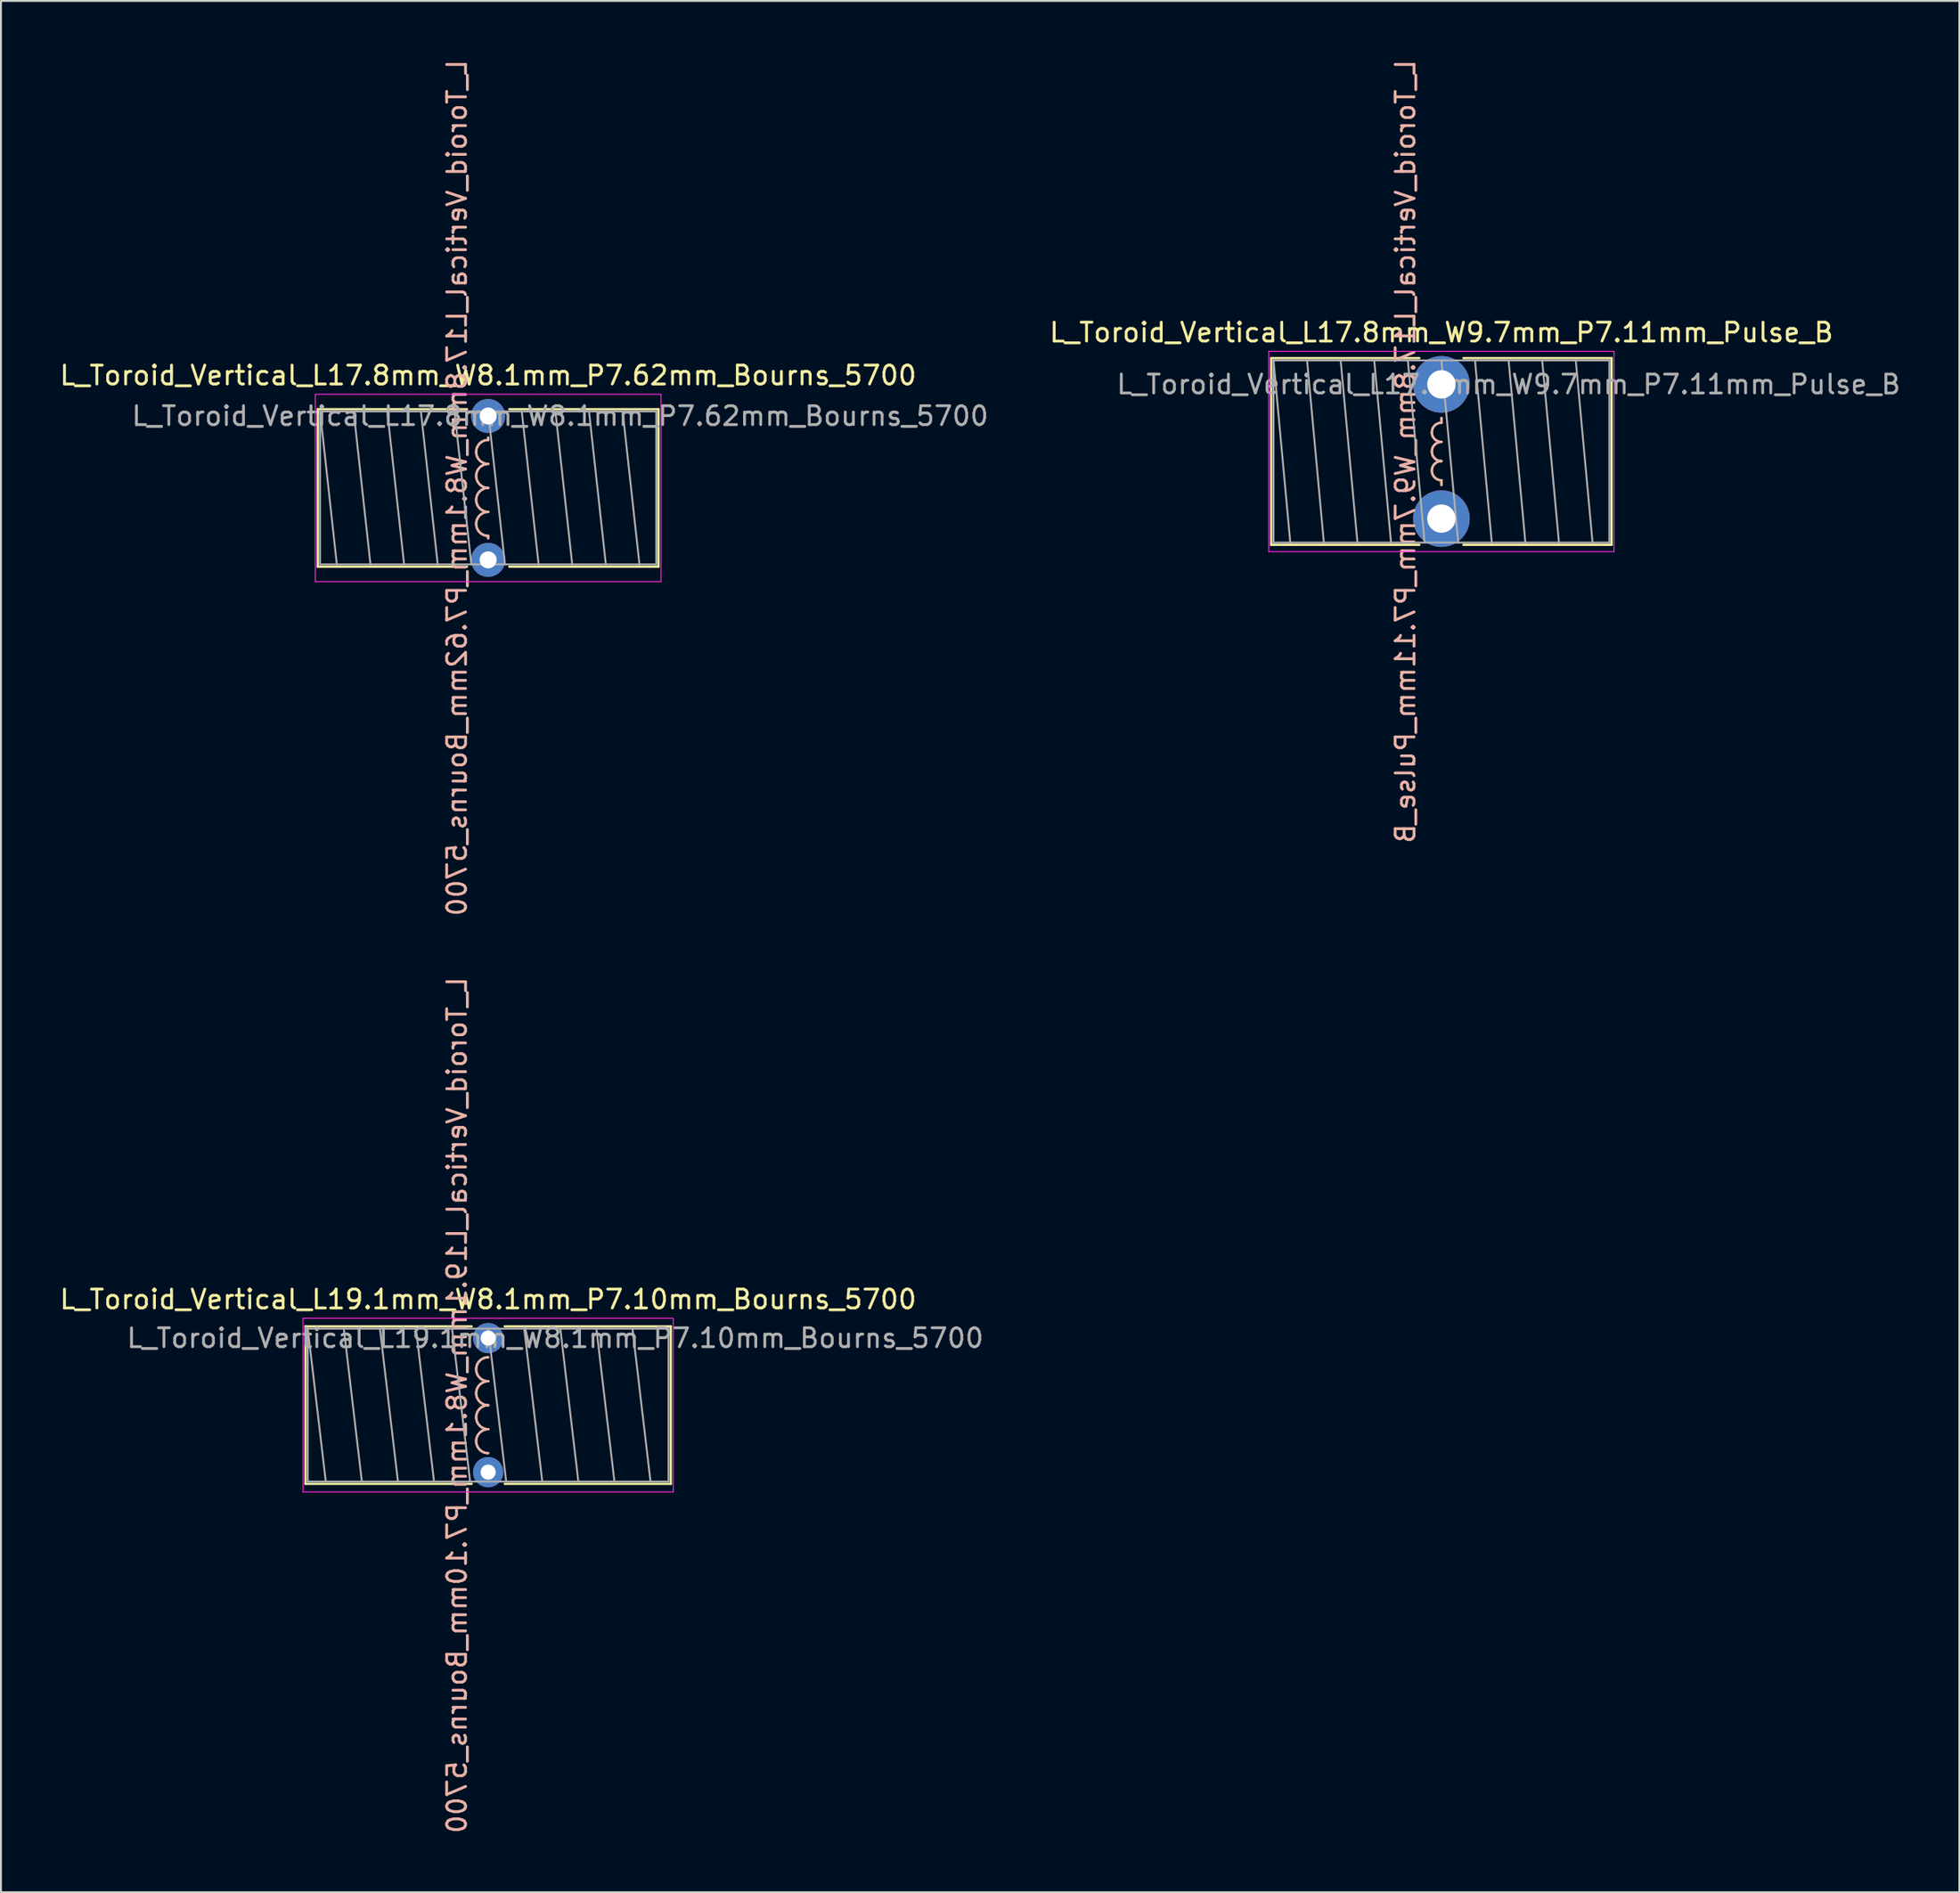
<source format=kicad_pcb>
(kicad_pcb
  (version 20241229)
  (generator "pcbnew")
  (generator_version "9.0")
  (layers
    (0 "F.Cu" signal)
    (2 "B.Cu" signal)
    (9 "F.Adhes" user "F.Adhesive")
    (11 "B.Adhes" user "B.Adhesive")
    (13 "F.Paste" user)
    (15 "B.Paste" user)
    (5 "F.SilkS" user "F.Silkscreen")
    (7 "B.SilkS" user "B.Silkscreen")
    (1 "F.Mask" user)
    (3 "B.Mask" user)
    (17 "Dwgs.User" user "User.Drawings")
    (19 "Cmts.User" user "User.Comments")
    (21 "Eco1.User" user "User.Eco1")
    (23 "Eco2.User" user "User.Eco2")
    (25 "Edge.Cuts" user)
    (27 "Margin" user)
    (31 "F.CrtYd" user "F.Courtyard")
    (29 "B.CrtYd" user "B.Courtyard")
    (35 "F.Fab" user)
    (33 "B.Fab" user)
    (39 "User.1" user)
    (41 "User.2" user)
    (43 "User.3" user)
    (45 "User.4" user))
  (footprint "L_Toroid_Vertical_L19.1mm_W8.1mm_P7.10mm_Bourns_5700"
    (layer "F.Cu")
    (at 22.792 67.819)
    (property "Reference" "L_Toroid_Vertical_L19.1mm_W8.1mm_P7.10mm_Bourns_5700" (at 0 -2.05 0) (layer "F.SilkS") (effects (font (size 1 1) (thickness 0.15))))
    (fp_line (start -9.67 -0.62) (end -9.67 7.72) (stroke (width 0.12) (type solid)) (layer "F.SilkS"))
    (fp_line (start -9.67 -0.62) (end -0.875 -0.62) (stroke (width 0.12) (type solid)) (layer "F.SilkS"))
    (fp_line (start -9.67 7.72) (end -0.875 7.72) (stroke (width 0.12) (type solid)) (layer "F.SilkS"))
    (fp_line (start 0.875 -0.62) (end 9.67 -0.62) (stroke (width 0.12) (type solid)) (layer "F.SilkS"))
    (fp_line (start 0.875 7.72) (end 9.67 7.72) (stroke (width 0.12) (type solid)) (layer "F.SilkS"))
    (fp_line (start 9.67 -0.62) (end 9.67 7.72) (stroke (width 0.12) (type solid)) (layer "F.SilkS"))
    (fp_arc (start 0 2.286) (mid -0.635 1.651) (end 0 1.016) (stroke (width 0.12) (type solid)) (layer "F.SilkS"))
    (fp_arc (start 0 3.556) (mid -0.635 2.921) (end 0 2.286) (stroke (width 0.12) (type solid)) (layer "F.SilkS"))
    (fp_arc (start 0 4.826) (mid -0.635 4.191) (end 0 3.556) (stroke (width 0.12) (type solid)) (layer "F.SilkS"))
    (fp_arc (start 0 6.096) (mid -0.635 5.461) (end 0 4.826) (stroke (width 0.12) (type solid)) (layer "F.SilkS"))
    (fp_arc (start 0 2.286) (mid -0.635 1.651) (end 0 1.016) (stroke (width 0.12) (type solid)) (layer "B.SilkS"))
    (fp_arc (start 0 3.556) (mid -0.635 2.921) (end 0 2.286) (stroke (width 0.12) (type solid)) (layer "B.SilkS"))
    (fp_arc (start 0 4.826) (mid -0.635 4.191) (end 0 3.556) (stroke (width 0.12) (type solid)) (layer "B.SilkS"))
    (fp_arc (start 0 6.096) (mid -0.635 5.461) (end 0 4.826) (stroke (width 0.12) (type solid)) (layer "B.SilkS"))
    (fp_line (start -9.8 -1.05) (end -9.8 8.15) (stroke (width 0.05) (type solid)) (layer "F.CrtYd"))
    (fp_line (start -9.8 8.15) (end 9.8 8.15) (stroke (width 0.05) (type solid)) (layer "F.CrtYd"))
    (fp_line (start 9.8 -1.05) (end -9.8 -1.05) (stroke (width 0.05) (type solid)) (layer "F.CrtYd"))
    (fp_line (start 9.8 8.15) (end 9.8 -1.05) (stroke (width 0.05) (type solid)) (layer "F.CrtYd"))
    (fp_line (start -9.55 -0.5) (end -9.55 7.6) (stroke (width 0.1) (type solid)) (layer "F.Fab"))
    (fp_line (start -9.55 -0.5) (end -8.595 7.6) (stroke (width 0.1) (type solid)) (layer "F.Fab"))
    (fp_line (start -9.55 7.6) (end 9.55 7.6) (stroke (width 0.1) (type solid)) (layer "F.Fab"))
    (fp_line (start -7.64 -0.5) (end -6.685 7.6) (stroke (width 0.1) (type solid)) (layer "F.Fab"))
    (fp_line (start -5.73 -0.5) (end -4.775 7.6) (stroke (width 0.1) (type solid)) (layer "F.Fab"))
    (fp_line (start -3.82 -0.5) (end -2.865 7.6) (stroke (width 0.1) (type solid)) (layer "F.Fab"))
    (fp_line (start -1.91 -0.5) (end -0.955 7.6) (stroke (width 0.1) (type solid)) (layer "F.Fab"))
    (fp_line (start 0 -0.5) (end 0.955 7.6) (stroke (width 0.1) (type solid)) (layer "F.Fab"))
    (fp_line (start 1.91 -0.5) (end 2.865 7.6) (stroke (width 0.1) (type solid)) (layer "F.Fab"))
    (fp_line (start 3.82 -0.5) (end 4.775 7.6) (stroke (width 0.1) (type solid)) (layer "F.Fab"))
    (fp_line (start 5.73 -0.5) (end 6.685 7.6) (stroke (width 0.1) (type solid)) (layer "F.Fab"))
    (fp_line (start 7.64 -0.5) (end 8.595 7.6) (stroke (width 0.1) (type solid)) (layer "F.Fab"))
    (fp_line (start 9.55 -0.5) (end -9.55 -0.5) (stroke (width 0.1) (type solid)) (layer "F.Fab"))
    (fp_line (start 9.55 7.6) (end 9.55 -0.5) (stroke (width 0.1) (type solid)) (layer "F.Fab"))
    (fp_text user "${REFERENCE}" (at -1.651 3.556 90) (layer "B.SilkS") (effects (font (size 1 1) (thickness 0.15)) (justify mirror)))
    (fp_text user "${REFERENCE}" (at 3.55 0 0) (layer "F.Fab") (effects (font (size 1 1) (thickness 0.15))))
    (pad "1" thru_hole circle (at 0 0) (size 1.6 1.6) (drill 0.8) (layers "*.Cu" "*.Mask"))
    (pad "2" thru_hole circle (at 0 7.1) (size 1.6 1.6) (drill 0.8) (layers "*.Cu" "*.Mask")))
  (footprint "L_Toroid_Vertical_L17.8mm_W8.1mm_P7.62mm_Bourns_5700"
    (layer "F.Cu")
    (at 22.792 18.982)
    (property "Reference" "L_Toroid_Vertical_L17.8mm_W8.1mm_P7.62mm_Bourns_5700" (at 0 -2.15 0) (layer "F.SilkS") (effects (font (size 1 1) (thickness 0.15))))
    (fp_line (start -9.02 -0.36) (end -9.02 7.98) (stroke (width 0.12) (type solid)) (layer "F.SilkS"))
    (fp_line (start -9.02 -0.36) (end -1.119 -0.36) (stroke (width 0.12) (type solid)) (layer "F.SilkS"))
    (fp_line (start -9.02 7.98) (end -1.119 7.98) (stroke (width 0.12) (type solid)) (layer "F.SilkS"))
    (fp_line (start 0 1.27) (end 0 1.143) (stroke (width 0.12) (type solid)) (layer "F.SilkS"))
    (fp_line (start 0 6.35) (end 0 6.477) (stroke (width 0.12) (type solid)) (layer "F.SilkS"))
    (fp_line (start 1.119 -0.36) (end 9.02 -0.36) (stroke (width 0.12) (type solid)) (layer "F.SilkS"))
    (fp_line (start 1.119 7.98) (end 9.02 7.98) (stroke (width 0.12) (type solid)) (layer "F.SilkS"))
    (fp_line (start 9.02 -0.36) (end 9.02 7.98) (stroke (width 0.12) (type solid)) (layer "F.SilkS"))
    (fp_arc (start 0 2.54) (mid -0.635 1.905) (end 0 1.27) (stroke (width 0.12) (type solid)) (layer "F.SilkS"))
    (fp_arc (start 0 3.81) (mid -0.635 3.175) (end 0 2.54) (stroke (width 0.12) (type solid)) (layer "F.SilkS"))
    (fp_arc (start 0 5.08) (mid -0.635 4.445) (end 0 3.81) (stroke (width 0.12) (type solid)) (layer "F.SilkS"))
    (fp_arc (start 0 6.35) (mid -0.635 5.715) (end 0 5.08) (stroke (width 0.12) (type solid)) (layer "F.SilkS"))
    (fp_line (start 0 1.27) (end 0 1.143) (stroke (width 0.12) (type solid)) (layer "B.SilkS"))
    (fp_line (start 0 6.35) (end 0 6.477) (stroke (width 0.12) (type solid)) (layer "B.SilkS"))
    (fp_arc (start 0 2.54) (mid -0.635 1.905) (end 0 1.27) (stroke (width 0.12) (type solid)) (layer "B.SilkS"))
    (fp_arc (start 0 3.81) (mid -0.635 3.175) (end 0 2.54) (stroke (width 0.12) (type solid)) (layer "B.SilkS"))
    (fp_arc (start 0 5.08) (mid -0.635 4.445) (end 0 3.81) (stroke (width 0.12) (type solid)) (layer "B.SilkS"))
    (fp_arc (start 0 6.35) (mid -0.635 5.715) (end 0 5.08) (stroke (width 0.12) (type solid)) (layer "B.SilkS"))
    (fp_line (start -9.15 -1.15) (end -9.15 8.77) (stroke (width 0.05) (type solid)) (layer "F.CrtYd"))
    (fp_line (start -9.15 8.77) (end 9.15 8.77) (stroke (width 0.05) (type solid)) (layer "F.CrtYd"))
    (fp_line (start 9.15 -1.15) (end -9.15 -1.15) (stroke (width 0.05) (type solid)) (layer "F.CrtYd"))
    (fp_line (start 9.15 8.77) (end 9.15 -1.15) (stroke (width 0.05) (type solid)) (layer "F.CrtYd"))
    (fp_line (start -8.9 -0.24) (end -8.9 7.86) (stroke (width 0.1) (type solid)) (layer "F.Fab"))
    (fp_line (start -8.9 -0.24) (end -8.01 7.86) (stroke (width 0.1) (type solid)) (layer "F.Fab"))
    (fp_line (start -8.9 7.86) (end 8.9 7.86) (stroke (width 0.1) (type solid)) (layer "F.Fab"))
    (fp_line (start -7.12 -0.24) (end -6.23 7.86) (stroke (width 0.1) (type solid)) (layer "F.Fab"))
    (fp_line (start -5.34 -0.24) (end -4.45 7.86) (stroke (width 0.1) (type solid)) (layer "F.Fab"))
    (fp_line (start -3.56 -0.24) (end -2.67 7.86) (stroke (width 0.1) (type solid)) (layer "F.Fab"))
    (fp_line (start -1.78 -0.24) (end -0.89 7.86) (stroke (width 0.1) (type solid)) (layer "F.Fab"))
    (fp_line (start 0 -0.24) (end 0.89 7.86) (stroke (width 0.1) (type solid)) (layer "F.Fab"))
    (fp_line (start 1.78 -0.24) (end 2.67 7.86) (stroke (width 0.1) (type solid)) (layer "F.Fab"))
    (fp_line (start 3.56 -0.24) (end 4.45 7.86) (stroke (width 0.1) (type solid)) (layer "F.Fab"))
    (fp_line (start 5.34 -0.24) (end 6.23 7.86) (stroke (width 0.1) (type solid)) (layer "F.Fab"))
    (fp_line (start 7.12 -0.24) (end 8.01 7.86) (stroke (width 0.1) (type solid)) (layer "F.Fab"))
    (fp_line (start 8.9 -0.24) (end -8.9 -0.24) (stroke (width 0.1) (type solid)) (layer "F.Fab"))
    (fp_line (start 8.9 7.86) (end 8.9 -0.24) (stroke (width 0.1) (type solid)) (layer "F.Fab"))
    (fp_text user "${REFERENCE}" (at -1.651 3.81 90) (layer "B.SilkS") (effects (font (size 1 1) (thickness 0.15)) (justify mirror)))
    (fp_text user "${REFERENCE}" (at 3.81 0 0) (layer "F.Fab") (effects (font (size 1 1) (thickness 0.15))))
    (pad "1" thru_hole circle (at 0 0) (size 1.8 1.8) (drill 0.9) (layers "*.Cu" "*.Mask"))
    (pad "2" thru_hole circle (at 0 7.62) (size 1.8 1.8) (drill 0.9) (layers "*.Cu" "*.Mask")))
  (footprint "L_Toroid_Vertical_L17.8mm_W9.7mm_P7.11mm_Pulse_B"
    (layer "F.Cu")
    (at 73.256 17.307)
    (property "Reference" "L_Toroid_Vertical_L17.8mm_W9.7mm_P7.11mm_Pulse_B" (at 0 -2.75 0) (layer "F.SilkS") (effects (font (size 1 1) (thickness 0.15))))
    (fp_line (start -9.01 -1.39) (end -9.01 8.5) (stroke (width 0.12) (type solid)) (layer "F.SilkS"))
    (fp_line (start -9.01 -1.39) (end -1.166 -1.39) (stroke (width 0.12) (type solid)) (layer "F.SilkS"))
    (fp_line (start -9.01 8.5) (end -1.166 8.5) (stroke (width 0.12) (type solid)) (layer "F.SilkS"))
    (fp_line (start 0 2.032) (end 0 1.778) (stroke (width 0.12) (type solid)) (layer "F.SilkS"))
    (fp_line (start 0 5.08) (end 0 5.334) (stroke (width 0.12) (type solid)) (layer "F.SilkS"))
    (fp_line (start 1.166 -1.39) (end 9.01 -1.39) (stroke (width 0.12) (type solid)) (layer "F.SilkS"))
    (fp_line (start 1.166 8.5) (end 9.01 8.5) (stroke (width 0.12) (type solid)) (layer "F.SilkS"))
    (fp_line (start 9.01 -1.39) (end 9.01 8.5) (stroke (width 0.12) (type solid)) (layer "F.SilkS"))
    (fp_arc (start 0 3.048) (mid -0.508 2.54) (end 0 2.032) (stroke (width 0.12) (type solid)) (layer "F.SilkS"))
    (fp_arc (start 0 4.064) (mid -0.508 3.556) (end 0 3.048) (stroke (width 0.12) (type solid)) (layer "F.SilkS"))
    (fp_arc (start 0 5.08) (mid -0.508 4.572) (end 0 4.064) (stroke (width 0.12) (type solid)) (layer "F.SilkS"))
    (fp_line (start 0 2.032) (end 0 1.778) (stroke (width 0.12) (type solid)) (layer "B.SilkS"))
    (fp_line (start 0 5.08) (end 0 5.334) (stroke (width 0.12) (type solid)) (layer "B.SilkS"))
    (fp_arc (start 0 3.048) (mid -0.508 2.54) (end 0 2.032) (stroke (width 0.12) (type solid)) (layer "B.SilkS"))
    (fp_arc (start 0 4.064) (mid -0.508 3.556) (end 0 3.048) (stroke (width 0.12) (type solid)) (layer "B.SilkS"))
    (fp_arc (start 0 5.08) (mid -0.508 4.572) (end 0 4.064) (stroke (width 0.12) (type solid)) (layer "B.SilkS"))
    (fp_line (start -9.14 -1.75) (end -9.14 8.86) (stroke (width 0.05) (type solid)) (layer "F.CrtYd"))
    (fp_line (start -9.14 8.86) (end 9.14 8.86) (stroke (width 0.05) (type solid)) (layer "F.CrtYd"))
    (fp_line (start 9.14 -1.75) (end -9.14 -1.75) (stroke (width 0.05) (type solid)) (layer "F.CrtYd"))
    (fp_line (start 9.14 8.86) (end 9.14 -1.75) (stroke (width 0.05) (type solid)) (layer "F.CrtYd"))
    (fp_line (start -8.89 -1.27) (end -8.89 8.38) (stroke (width 0.1) (type solid)) (layer "F.Fab"))
    (fp_line (start -8.89 -1.27) (end -8.001 8.38) (stroke (width 0.1) (type solid)) (layer "F.Fab"))
    (fp_line (start -8.89 8.38) (end 8.89 8.38) (stroke (width 0.1) (type solid)) (layer "F.Fab"))
    (fp_line (start -7.112 -1.27) (end -6.223 8.38) (stroke (width 0.1) (type solid)) (layer "F.Fab"))
    (fp_line (start -5.334 -1.27) (end -4.445 8.38) (stroke (width 0.1) (type solid)) (layer "F.Fab"))
    (fp_line (start -3.556 -1.27) (end -2.667 8.38) (stroke (width 0.1) (type solid)) (layer "F.Fab"))
    (fp_line (start -1.778 -1.27) (end -0.889 8.38) (stroke (width 0.1) (type solid)) (layer "F.Fab"))
    (fp_line (start 0 -1.27) (end 0.889 8.38) (stroke (width 0.1) (type solid)) (layer "F.Fab"))
    (fp_line (start 1.778 -1.27) (end 2.667 8.38) (stroke (width 0.1) (type solid)) (layer "F.Fab"))
    (fp_line (start 3.556 -1.27) (end 4.445 8.38) (stroke (width 0.1) (type solid)) (layer "F.Fab"))
    (fp_line (start 5.334 -1.27) (end 6.223 8.38) (stroke (width 0.1) (type solid)) (layer "F.Fab"))
    (fp_line (start 7.112 -1.27) (end 8.001 8.38) (stroke (width 0.1) (type solid)) (layer "F.Fab"))
    (fp_line (start 8.89 -1.27) (end -8.89 -1.27) (stroke (width 0.1) (type solid)) (layer "F.Fab"))
    (fp_line (start 8.89 8.38) (end 8.89 -1.27) (stroke (width 0.1) (type solid)) (layer "F.Fab"))
    (fp_text user "${REFERENCE}" (at -1.905 3.556 90) (layer "B.SilkS") (effects (font (size 1 1) (thickness 0.15)) (justify mirror)))
    (fp_text user "${REFERENCE}" (at 3.555 0 0) (layer "F.Fab") (effects (font (size 1 1) (thickness 0.15))))
    (pad "1" thru_hole circle (at 0 0) (size 3 3) (drill 1.5) (layers "*.Cu" "*.Mask"))
    (pad "2" thru_hole circle (at 0 7.11) (size 3 3) (drill 1.5) (layers "*.Cu" "*.Mask")))
  (gr_rect
    (start -3 -3)
    (end 100.675 97.167)
    (stroke (width 0.1) (type default))
    (fill no)
    (layer "Edge.Cuts")))
</source>
